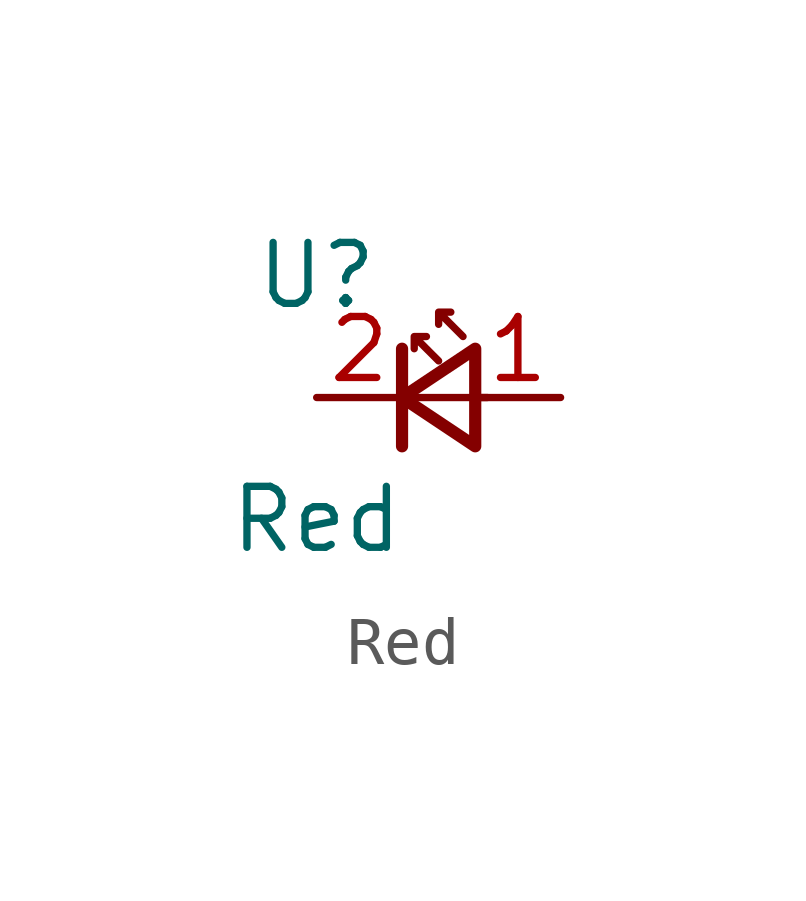
<source format=kicad_sym>
(kicad_symbol_lib
  (version 20211014)
  (generator kicad_symbol_editor)
  (symbol "Red"
    (property "Reference" "U"
      (at 0 2.54 0)
      (effects (font (size 1.27 1.27))))
    (property "Value" "Red"
      (at 0 -2.54 0)
      (effects (font (size 1.27 1.27))))
    (symbol "Red_0_1"
      (polyline (pts (xy 1.778 -1.016) (xy 1.778 1.016)) (stroke (width 0.254) (type default) (color 0 0 0 0)) (fill (type none)))
      (polyline (pts (xy 3.556 0) (xy 1.778 0)) (stroke (width 0) (type default) (color 0 0 0 0)) (fill (type none)))
      (polyline (pts (xy 3.302 -1.016) (xy 1.778 0) (xy 3.302 1.016) (xy 3.302 -1.016)) (stroke (width 0.254) (type default) (color 0 0 0 0)) (fill (type none)))
      (polyline (pts (xy 2.54 0.762) (xy 2.032 1.27) (xy 2.286 1.27) (xy 2.032 1.27) (xy 2.032 1.016)) (stroke (width 0) (type default) (color 0 0 0 0)) (fill (type none)))
      (polyline (pts (xy 3.048 1.27) (xy 2.54 1.778) (xy 2.794 1.778) (xy 2.54 1.778) (xy 2.54 1.524)) (stroke (width 0) (type default) (color 0 0 0 0)) (fill (type none))))
    (symbol "Red_1_1"
      (pin input line (at 5.08 0 180) (length 1.778) (name "" (effects (font (size 1.27 1.27)))) (number "1" (effects (font (size 1.27 1.27)))))
      (pin output line (at 0 0 0) (length 1.778) (name "" (effects (font (size 1.27 1.27)))) (number "2" (effects (font (size 1.27 1.27))))))))
</source>
